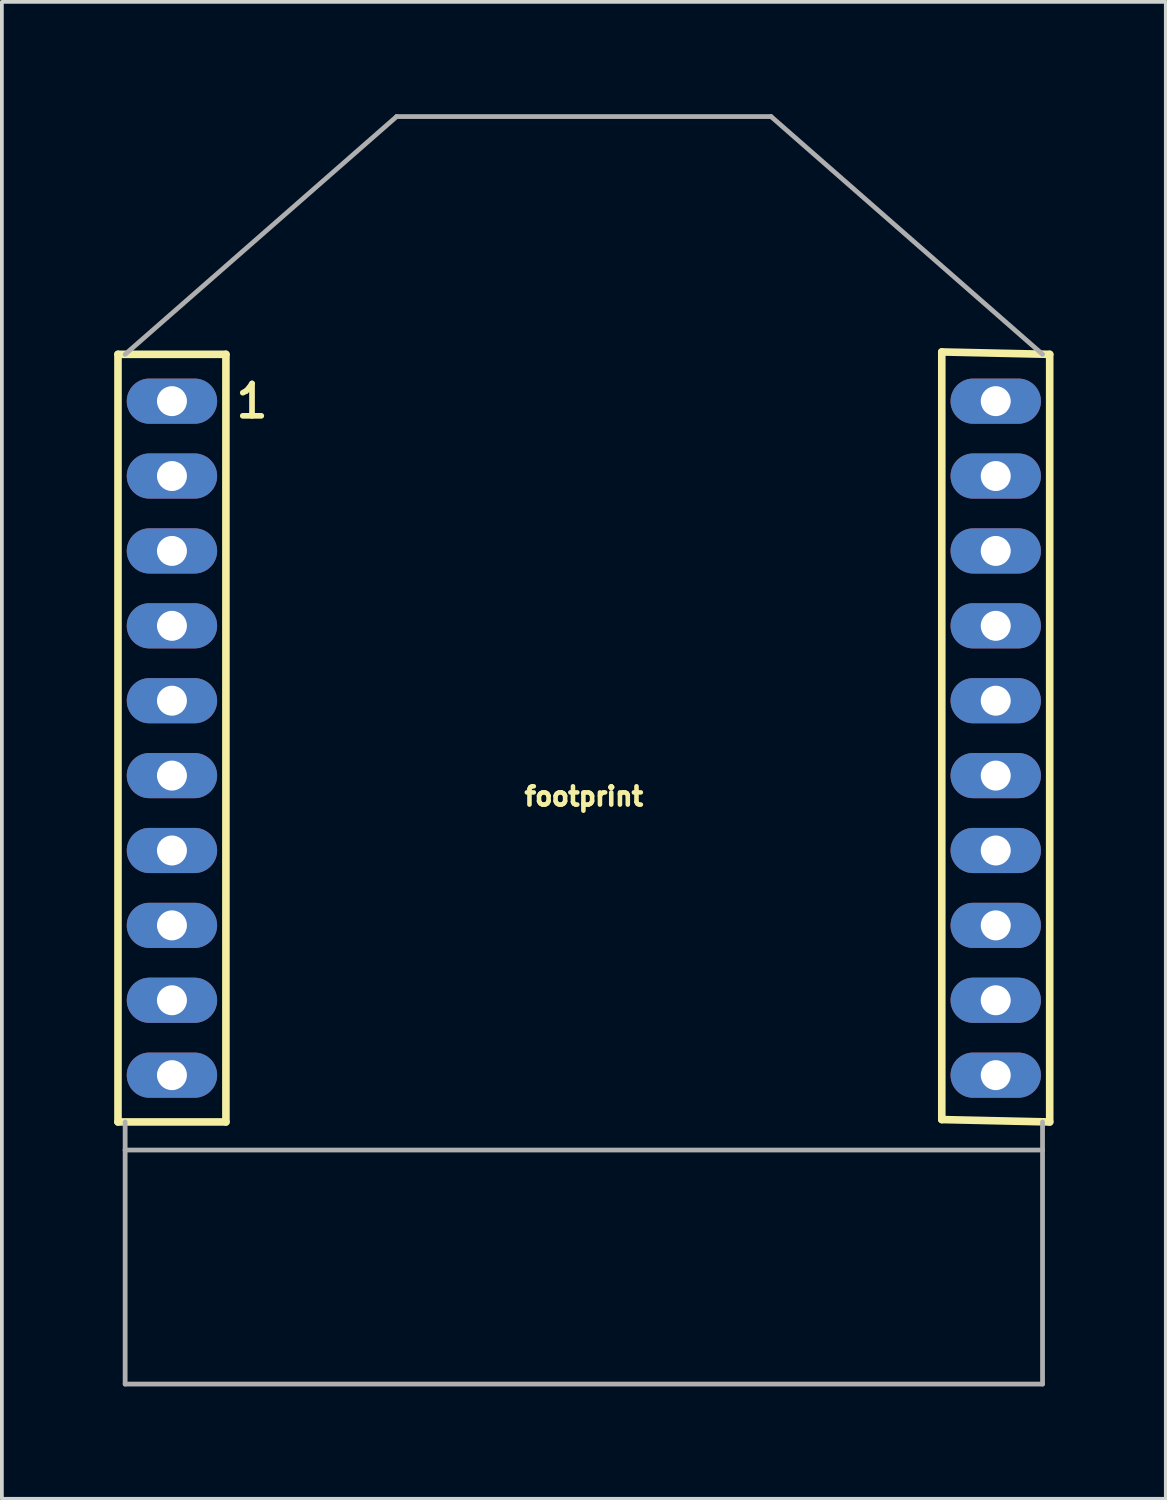
<source format=kicad_pcb>
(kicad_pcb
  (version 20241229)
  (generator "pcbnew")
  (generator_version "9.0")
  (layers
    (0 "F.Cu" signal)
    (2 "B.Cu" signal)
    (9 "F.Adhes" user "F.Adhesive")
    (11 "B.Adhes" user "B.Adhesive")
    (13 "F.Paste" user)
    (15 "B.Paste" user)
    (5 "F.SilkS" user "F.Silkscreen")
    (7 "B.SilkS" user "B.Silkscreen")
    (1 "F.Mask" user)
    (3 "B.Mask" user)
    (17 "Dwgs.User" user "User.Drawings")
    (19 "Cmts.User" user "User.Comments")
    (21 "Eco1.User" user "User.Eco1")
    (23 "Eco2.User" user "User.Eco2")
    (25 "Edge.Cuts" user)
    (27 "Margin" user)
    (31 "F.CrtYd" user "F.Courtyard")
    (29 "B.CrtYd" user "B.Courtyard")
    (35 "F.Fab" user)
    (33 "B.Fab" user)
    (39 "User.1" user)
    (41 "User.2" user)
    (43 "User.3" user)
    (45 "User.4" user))
  (footprint "footprint"
    (layer "F.Cu")
    (at 12.542 27.663)
    (property "Reference" "footprint" (at 0 -9.16 0) (layer "F.SilkS") (effects (font (size 0.488 0.488) (thickness 0.122)) (justify bottom)))
    (fp_line (start -12.441 -21.25) (end -12.441 -0.75) (stroke (width 0.203) (type solid)) (layer "F.SilkS"))
    (fp_line (start -12.441 -0.75) (end -9.559 -0.75) (stroke (width 0.203) (type solid)) (layer "F.SilkS"))
    (fp_line (start -9.559 -21.25) (end -12.441 -21.25) (stroke (width 0.203) (type solid)) (layer "F.SilkS"))
    (fp_line (start -9.559 -21.25) (end -9.559 -0.75) (stroke (width 0.203) (type solid)) (layer "F.SilkS"))
    (fp_line (start 9.559 -21.314) (end 9.559 -0.814) (stroke (width 0.203) (type solid)) (layer "F.SilkS"))
    (fp_line (start 9.559 -21.314) (end 12.441 -21.25) (stroke (width 0.203) (type solid)) (layer "F.SilkS"))
    (fp_line (start 12.441 -21.25) (end 12.441 -0.75) (stroke (width 0.203) (type solid)) (layer "F.SilkS"))
    (fp_line (start 12.441 -0.75) (end 9.559 -0.814) (stroke (width 0.203) (type solid)) (layer "F.SilkS"))
    (fp_line (start -12.25 -21.25) (end -5 -27.6) (stroke (width 0.127) (type solid)) (layer "F.Fab"))
    (fp_line (start -12.25 -0.75) (end -12.25 0) (stroke (width 0.127) (type solid)) (layer "F.Fab"))
    (fp_line (start -12.25 0) (end -12.25 6.25) (stroke (width 0.127) (type solid)) (layer "F.Fab"))
    (fp_line (start -12.25 0) (end 12.25 0) (stroke (width 0.127) (type solid)) (layer "F.Fab"))
    (fp_line (start -12.25 6.25) (end 12.25 6.25) (stroke (width 0.127) (type solid)) (layer "F.Fab"))
    (fp_line (start -5 -27.6) (end 5 -27.6) (stroke (width 0.127) (type solid)) (layer "F.Fab"))
    (fp_line (start 12.25 -21.25) (end 5 -27.6) (stroke (width 0.127) (type solid)) (layer "F.Fab"))
    (fp_line (start 12.25 -0.75) (end 12.25 0) (stroke (width 0.127) (type solid)) (layer "F.Fab"))
    (fp_line (start 12.25 0) (end 12.25 6.25) (stroke (width 0.127) (type solid)) (layer "F.Fab"))
    (fp_text user "1" (at -9.373 -20 0) (layer "F.SilkS") (effects (font (size 0.864 0.864) (thickness 0.152)) (justify left)))
    (pad "1" thru_hole oval (at -11 -20) (size 2.413 1.206) (drill 0.8) (layers "*.Cu" "*.Mask"))
    (pad "2" thru_hole oval (at -11 -18) (size 2.413 1.206) (drill 0.8) (layers "*.Cu" "*.Mask"))
    (pad "3" thru_hole oval (at -11 -16) (size 2.413 1.206) (drill 0.8) (layers "*.Cu" "*.Mask"))
    (pad "4" thru_hole oval (at -11 -14) (size 2.413 1.206) (drill 0.8) (layers "*.Cu" "*.Mask"))
    (pad "5" thru_hole oval (at -11 -12) (size 2.413 1.206) (drill 0.8) (layers "*.Cu" "*.Mask"))
    (pad "6" thru_hole oval (at -11 -10) (size 2.413 1.206) (drill 0.8) (layers "*.Cu" "*.Mask"))
    (pad "7" thru_hole oval (at -11 -8) (size 2.413 1.206) (drill 0.8) (layers "*.Cu" "*.Mask"))
    (pad "8" thru_hole oval (at -11 -6) (size 2.413 1.206) (drill 0.8) (layers "*.Cu" "*.Mask"))
    (pad "9" thru_hole oval (at -11 -4) (size 2.413 1.206) (drill 0.8) (layers "*.Cu" "*.Mask"))
    (pad "10" thru_hole oval (at -11 -2) (size 2.413 1.206) (drill 0.8) (layers "*.Cu" "*.Mask"))
    (pad "11" thru_hole oval (at 11 -2) (size 2.413 1.206) (drill 0.8) (layers "*.Cu" "*.Mask"))
    (pad "12" thru_hole oval (at 11 -4) (size 2.413 1.206) (drill 0.8) (layers "*.Cu" "*.Mask"))
    (pad "13" thru_hole oval (at 11 -6) (size 2.413 1.206) (drill 0.8) (layers "*.Cu" "*.Mask"))
    (pad "14" thru_hole oval (at 11 -8) (size 2.413 1.206) (drill 0.8) (layers "*.Cu" "*.Mask"))
    (pad "15" thru_hole oval (at 11 -10) (size 2.413 1.206) (drill 0.8) (layers "*.Cu" "*.Mask"))
    (pad "16" thru_hole oval (at 11 -12) (size 2.413 1.206) (drill 0.8) (layers "*.Cu" "*.Mask"))
    (pad "17" thru_hole oval (at 11 -14) (size 2.413 1.206) (drill 0.8) (layers "*.Cu" "*.Mask"))
    (pad "18" thru_hole oval (at 11 -16) (size 2.413 1.206) (drill 0.8) (layers "*.Cu" "*.Mask"))
    (pad "19" thru_hole oval (at 11 -18) (size 2.413 1.206) (drill 0.8) (layers "*.Cu" "*.Mask"))
    (pad "20" thru_hole oval (at 11 -20) (size 2.413 1.206) (drill 0.8) (layers "*.Cu" "*.Mask")))
  (gr_rect
    (start -3 -3)
    (end 28.084 36.977)
    (stroke (width 0.1) (type default))
    (fill no)
    (layer "Edge.Cuts")))
</source>
